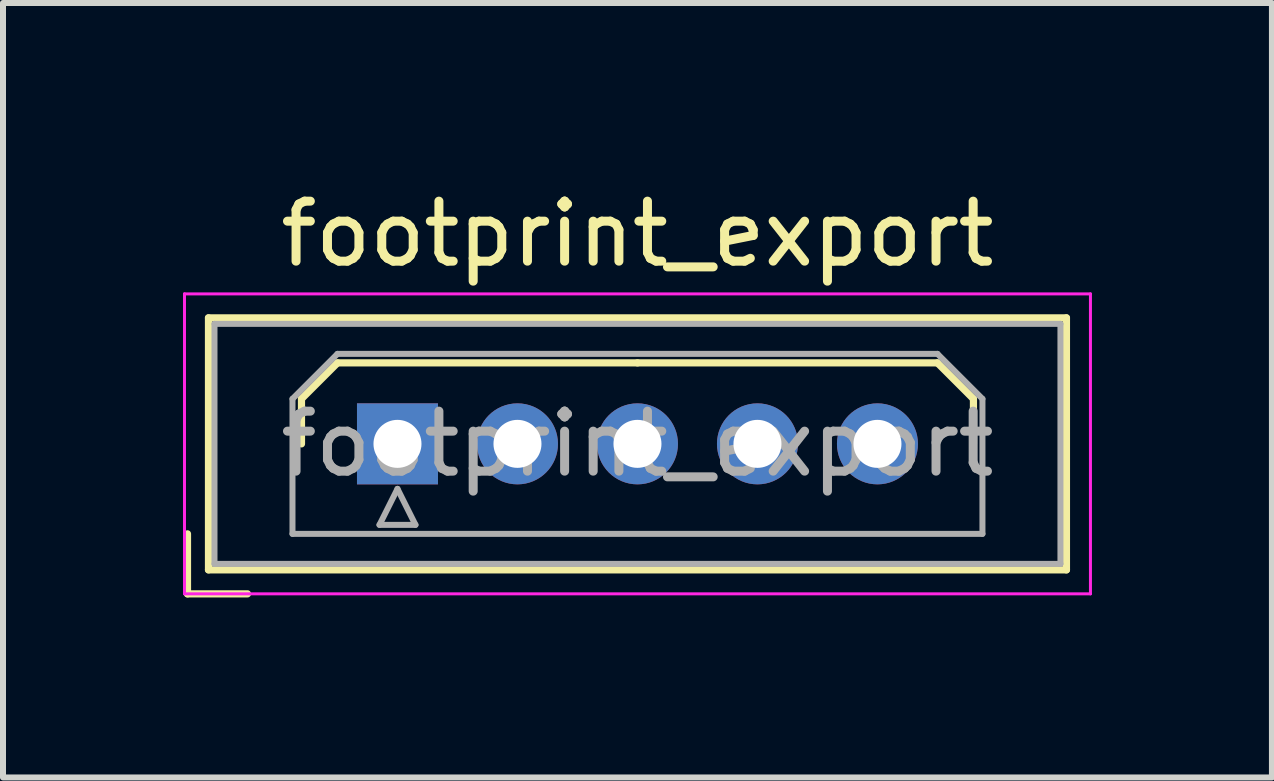
<source format=kicad_pcb>
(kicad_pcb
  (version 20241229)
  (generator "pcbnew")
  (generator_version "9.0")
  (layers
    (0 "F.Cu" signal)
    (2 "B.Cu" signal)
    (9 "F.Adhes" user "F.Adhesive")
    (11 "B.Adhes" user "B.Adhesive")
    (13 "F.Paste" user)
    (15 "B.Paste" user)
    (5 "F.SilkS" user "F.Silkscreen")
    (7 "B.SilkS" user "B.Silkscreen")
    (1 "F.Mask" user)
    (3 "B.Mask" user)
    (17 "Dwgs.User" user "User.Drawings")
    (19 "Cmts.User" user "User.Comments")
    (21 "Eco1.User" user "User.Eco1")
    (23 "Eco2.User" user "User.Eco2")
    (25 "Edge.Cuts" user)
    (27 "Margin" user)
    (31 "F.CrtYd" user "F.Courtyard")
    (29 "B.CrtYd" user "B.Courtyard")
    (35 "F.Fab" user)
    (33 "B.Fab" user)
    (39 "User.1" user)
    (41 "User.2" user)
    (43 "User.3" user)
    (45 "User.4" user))
  (footprint "footprint_export"
    (layer "F.Cu")
    (at 3.575 4.348)
    (property "Reference" "footprint_export" (at 4 -3.5 0) (layer "F.SilkS") (effects (font (size 1 1) (thickness 0.15))))
    (attr through_hole)
    (fp_line (start -3.5 1.5) (end -3.5 2.5) (stroke (width 0.12) (type solid)) (layer "F.SilkS"))
    (fp_line (start -3.5 2.5) (end -2.5 2.5) (stroke (width 0.12) (type solid)) (layer "F.SilkS"))
    (fp_line (start -3.15 -2.1) (end -3.15 2.1) (stroke (width 0.12) (type solid)) (layer "F.SilkS"))
    (fp_line (start -3.15 2.1) (end 11.15 2.1) (stroke (width 0.12) (type solid)) (layer "F.SilkS"))
    (fp_line (start -1.6 -0.75) (end -1 -1.35) (stroke (width 0.12) (type solid)) (layer "F.SilkS"))
    (fp_line (start -1.6 0) (end -1.6 -0.75) (stroke (width 0.12) (type solid)) (layer "F.SilkS"))
    (fp_line (start -1 -1.35) (end 4 -1.35) (stroke (width 0.12) (type solid)) (layer "F.SilkS"))
    (fp_line (start 9 -1.35) (end 4 -1.35) (stroke (width 0.12) (type solid)) (layer "F.SilkS"))
    (fp_line (start 9.6 -0.75) (end 9 -1.35) (stroke (width 0.12) (type solid)) (layer "F.SilkS"))
    (fp_line (start 9.6 0) (end 9.6 -0.75) (stroke (width 0.12) (type solid)) (layer "F.SilkS"))
    (fp_line (start 11.15 -2.1) (end -3.15 -2.1) (stroke (width 0.12) (type solid)) (layer "F.SilkS"))
    (fp_line (start 11.15 2.1) (end 11.15 -2.1) (stroke (width 0.12) (type solid)) (layer "F.SilkS"))
    (fp_line (start -3.55 -2.5) (end -3.55 2.5) (stroke (width 0.05) (type solid)) (layer "F.CrtYd"))
    (fp_line (start -3.55 2.5) (end 11.55 2.5) (stroke (width 0.05) (type solid)) (layer "F.CrtYd"))
    (fp_line (start 11.55 -2.5) (end -3.55 -2.5) (stroke (width 0.05) (type solid)) (layer "F.CrtYd"))
    (fp_line (start 11.55 2.5) (end 11.55 -2.5) (stroke (width 0.05) (type solid)) (layer "F.CrtYd"))
    (fp_line (start -3.05 -2) (end -3.05 2) (stroke (width 0.1) (type solid)) (layer "F.Fab"))
    (fp_line (start -3.05 2) (end 11.05 2) (stroke (width 0.1) (type solid)) (layer "F.Fab"))
    (fp_line (start -1.75 -0.75) (end -1 -1.5) (stroke (width 0.1) (type solid)) (layer "F.Fab"))
    (fp_line (start -1.75 1.5) (end -1.75 -0.75) (stroke (width 0.1) (type solid)) (layer "F.Fab"))
    (fp_line (start -1 -1.5) (end 9 -1.5) (stroke (width 0.1) (type solid)) (layer "F.Fab"))
    (fp_line (start -0.3 1.35) (end 0.3 1.35) (stroke (width 0.1) (type solid)) (layer "F.Fab"))
    (fp_line (start 0 0.75) (end -0.3 1.35) (stroke (width 0.1) (type solid)) (layer "F.Fab"))
    (fp_line (start 0.3 1.35) (end 0 0.75) (stroke (width 0.1) (type solid)) (layer "F.Fab"))
    (fp_line (start 9 -1.5) (end 9.75 -0.75) (stroke (width 0.1) (type solid)) (layer "F.Fab"))
    (fp_line (start 9.75 -0.75) (end 9.75 1.5) (stroke (width 0.1) (type solid)) (layer "F.Fab"))
    (fp_line (start 9.75 1.5) (end -1.75 1.5) (stroke (width 0.1) (type solid)) (layer "F.Fab"))
    (fp_line (start 11.05 -2) (end -3.05 -2) (stroke (width 0.1) (type solid)) (layer "F.Fab"))
    (fp_line (start 11.05 2) (end 11.05 -2) (stroke (width 0.1) (type solid)) (layer "F.Fab"))
    (fp_text user "${REFERENCE}" (at 4 0 0) (layer "F.Fab") (effects (font (size 1 1) (thickness 0.15))))
    (pad "1" thru_hole rect (at 0 0) (size 1.35 1.35) (drill 0.8) (layers "*.Cu" "*.Mask"))
    (pad "2" thru_hole circle (at 2 0) (size 1.35 1.35) (drill 0.8) (layers "*.Cu" "*.Mask"))
    (pad "3" thru_hole circle (at 4 0) (size 1.35 1.35) (drill 0.8) (layers "*.Cu" "*.Mask"))
    (pad "4" thru_hole circle (at 6 0) (size 1.35 1.35) (drill 0.8) (layers "*.Cu" "*.Mask"))
    (pad "5" thru_hole circle (at 8 0) (size 1.35 1.35) (drill 0.8) (layers "*.Cu" "*.Mask")))
  (gr_rect
    (start -3 -3)
    (end 18.15 9.908)
    (stroke (width 0.1) (type default))
    (fill no)
    (layer "Edge.Cuts")))
</source>
